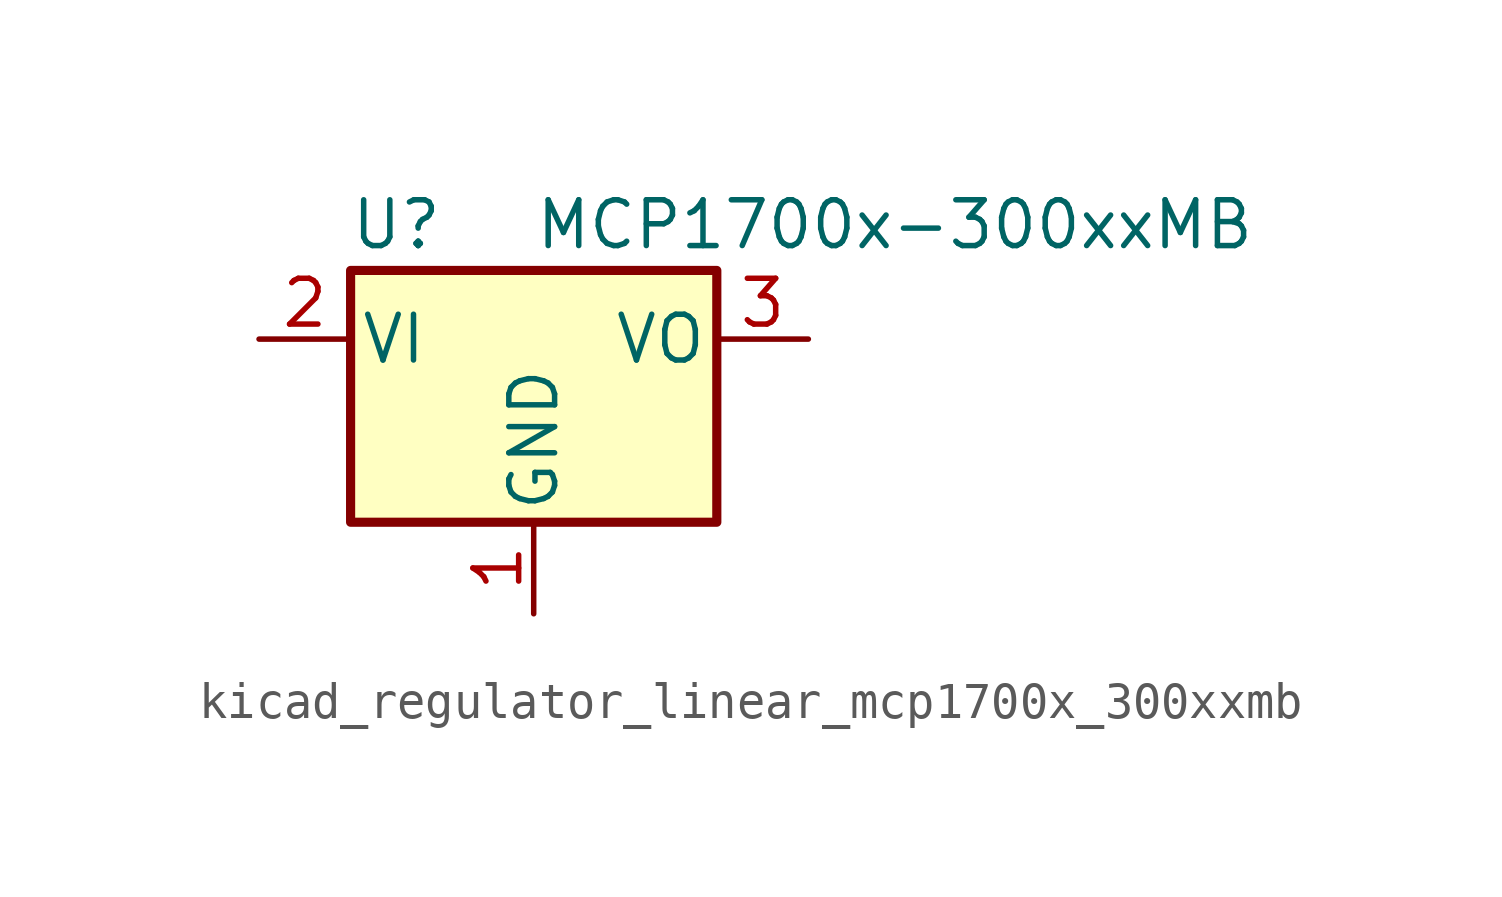
<source format=kicad_sym>
(kicad_symbol_lib
  (version 20220914)
  (generator kicad_symbol_editor)
  (symbol "kicad_regulator_linear_mcp1700x_300xxmb"
    (pin_names
      (offset 0.254))
    (property "Reference" "U"
      (at -3.81 3.175 0)
      (effects (font (size 1.27 1.27))))
    (property "Value" "MCP1700x-300xxMB"
      (at 0 3.175 0)
      (effects (font (size 1.27 1.27)) (justify left)))
    (symbol "kicad_regulator_linear_mcp1700x_300xxmb_0_1"
      (rectangle (start -5.08 -5.08) (end 5.08 1.905) (stroke (width 0.254) (type default)) (fill (type background))))
    (symbol "kicad_regulator_linear_mcp1700x_300xxmb_1_1"
      (pin power_in line (at 0 -7.62 90) (length 2.54) (name "GND" (effects (font (size 1.27 1.27)))) (number "1" (effects (font (size 1.27 1.27)))))
      (pin power_in line (at -7.62 0 0) (length 2.54) (name "VI" (effects (font (size 1.27 1.27)))) (number "2" (effects (font (size 1.27 1.27)))))
      (pin power_out line (at 7.62 0 180) (length 2.54) (name "VO" (effects (font (size 1.27 1.27)))) (number "3" (effects (font (size 1.27 1.27))))))))
</source>
